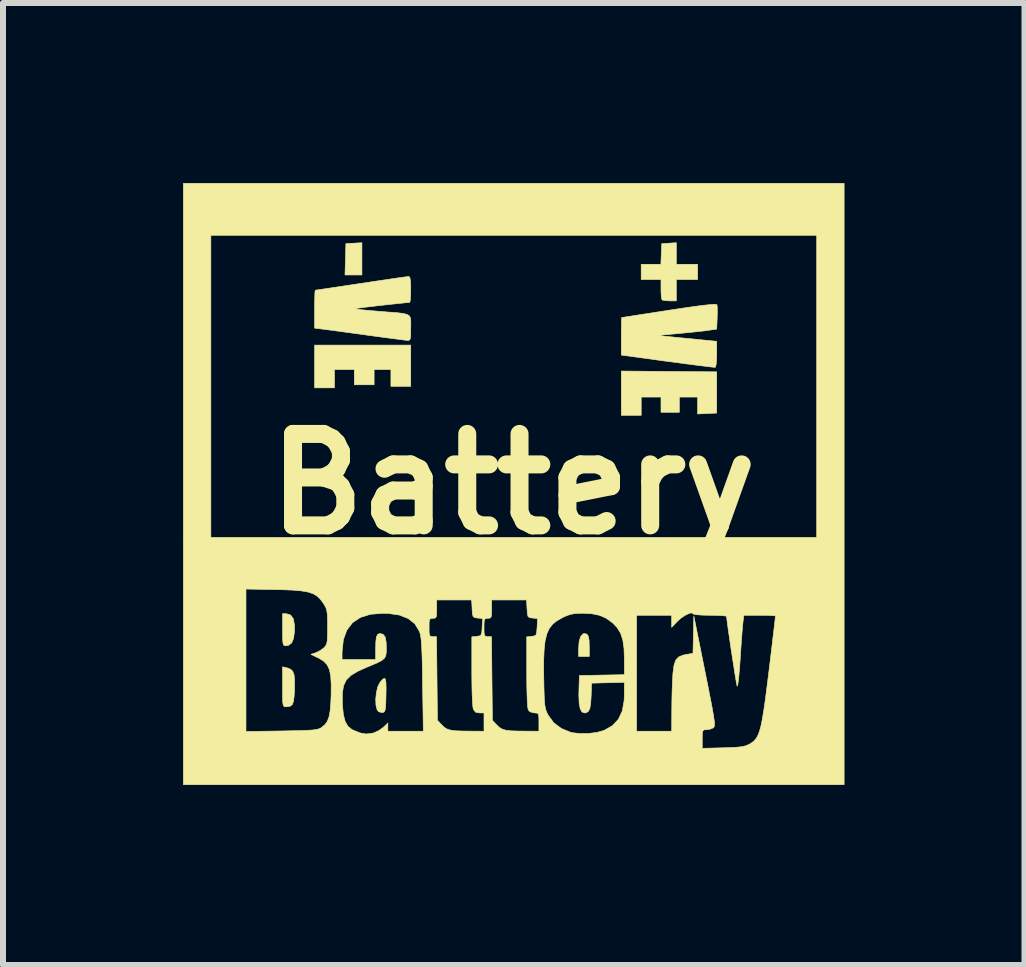
<source format=kicad_pcb>
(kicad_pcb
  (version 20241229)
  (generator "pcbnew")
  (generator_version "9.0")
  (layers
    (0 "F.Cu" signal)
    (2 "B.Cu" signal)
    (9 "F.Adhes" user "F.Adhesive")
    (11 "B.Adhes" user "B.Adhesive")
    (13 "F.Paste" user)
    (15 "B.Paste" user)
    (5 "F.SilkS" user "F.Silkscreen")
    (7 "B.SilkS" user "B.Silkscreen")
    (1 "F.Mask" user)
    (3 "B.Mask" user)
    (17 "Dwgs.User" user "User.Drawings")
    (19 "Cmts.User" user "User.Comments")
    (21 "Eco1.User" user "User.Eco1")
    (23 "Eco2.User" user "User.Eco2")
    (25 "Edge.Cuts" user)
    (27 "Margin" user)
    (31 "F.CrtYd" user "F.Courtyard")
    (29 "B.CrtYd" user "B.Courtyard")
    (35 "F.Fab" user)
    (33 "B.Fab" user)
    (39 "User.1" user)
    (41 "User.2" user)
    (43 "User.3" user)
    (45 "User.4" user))
  (footprint "Battery"
    (layer "F.Cu")
    (at 5.497 5.014)
    (property "Reference" "Battery" (at 0 0 0) (layer "F.SilkS") (effects (font (size 1.524 1.524) (thickness 0.3))))
    (attr through_hole)
    (fp_poly (pts (xy -2.517 -3.483) (xy -2.799 -3.483) (xy -2.791 -3.744) (xy -2.784 -4.005) (xy -2.651 -4.012) (xy -2.517 -4.02) (xy -2.517 -3.483)) (stroke (width 0.01) (type solid)) (fill yes) (layer "F.SilkS"))
    (fp_poly (pts (xy -1.704 -1.627) (xy -2.034 -1.627) (xy -2.034 -1.907) (xy -2.314 -1.907) (xy -2.314 -1.653) (xy -2.644 -1.653) (xy -2.644 -1.907) (xy -2.975 -1.907) (xy -2.975 -1.602) (xy -3.305 -1.602) (xy -3.305 -2.314) (xy -1.704 -2.314) (xy -1.704 -1.627)) (stroke (width 0.01) (type solid)) (fill yes) (layer "F.SilkS"))
    (fp_poly (pts (xy 1.231 2.502) (xy 1.255 2.538) (xy 1.268 2.607) (xy 1.271 2.719) (xy 1.271 2.723) (xy 1.271 2.873) (xy 1.093 2.873) (xy 1.093 2.748) (xy 1.102 2.623) (xy 1.129 2.537) (xy 1.171 2.495) (xy 1.192 2.492) (xy 1.231 2.502)) (stroke (width 0.01) (type solid)) (fill yes) (layer "F.SilkS"))
    (fp_poly (pts (xy 2.6 -1.875) (xy 3.394 -1.869) (xy 3.394 -1.182) (xy 3.235 -1.175) (xy 3.076 -1.167) (xy 3.076 -1.449) (xy 2.771 -1.449) (xy 2.771 -1.195) (xy 2.466 -1.195) (xy 2.466 -1.449) (xy 2.136 -1.449) (xy 2.136 -1.144) (xy 1.805 -1.144) (xy 1.805 -1.882) (xy 2.6 -1.875)) (stroke (width 0.01) (type solid)) (fill yes) (layer "F.SilkS"))
    (fp_poly (pts (xy -3.705 2.183) (xy -3.659 2.248) (xy -3.64 2.357) (xy -3.641 2.457) (xy -3.657 2.575) (xy -3.689 2.65) (xy -3.742 2.688) (xy -3.793 2.695) (xy -3.814 2.69) (xy -3.827 2.671) (xy -3.835 2.627) (xy -3.838 2.55) (xy -3.839 2.432) (xy -3.839 2.428) (xy -3.839 2.161) (xy -3.776 2.161) (xy -3.705 2.183)) (stroke (width 0.01) (type solid)) (fill yes) (layer "F.SilkS"))
    (fp_poly (pts (xy -2.127 3.249) (xy -2.117 3.303) (xy -2.114 3.4) (xy -2.116 3.513) (xy -2.119 3.637) (xy -2.124 3.72) (xy -2.132 3.77) (xy -2.145 3.796) (xy -2.164 3.806) (xy -2.179 3.809) (xy -2.237 3.795) (xy -2.264 3.761) (xy -2.283 3.688) (xy -2.287 3.587) (xy -2.276 3.478) (xy -2.253 3.379) (xy -2.222 3.314) (xy -2.177 3.259) (xy -2.146 3.236) (xy -2.127 3.249)) (stroke (width 0.01) (type solid)) (fill yes) (layer "F.SilkS"))
    (fp_poly (pts (xy 2.721 -3.661) (xy 3.076 -3.661) (xy 3.076 -3.407) (xy 2.721 -3.407) (xy 2.721 -3.051) (xy 2.61 -3.051) (xy 2.539 -3.055) (xy 2.491 -3.064) (xy 2.483 -3.068) (xy 2.474 -3.101) (xy 2.468 -3.168) (xy 2.466 -3.246) (xy 2.466 -3.407) (xy 2.136 -3.407) (xy 2.136 -3.661) (xy 2.464 -3.661) (xy 2.471 -3.833) (xy 2.479 -4.005) (xy 2.6 -4.012) (xy 2.721 -4.02) (xy 2.721 -3.661)) (stroke (width 0.01) (type solid)) (fill yes) (layer "F.SilkS"))
    (fp_poly (pts (xy -3.769 3.062) (xy -3.711 3.083) (xy -3.672 3.117) (xy -3.649 3.173) (xy -3.639 3.261) (xy -3.64 3.389) (xy -3.64 3.414) (xy -3.647 3.542) (xy -3.659 3.627) (xy -3.68 3.678) (xy -3.715 3.703) (xy -3.768 3.711) (xy -3.782 3.712) (xy -3.805 3.71) (xy -3.821 3.7) (xy -3.831 3.672) (xy -3.837 3.62) (xy -3.839 3.534) (xy -3.839 3.408) (xy -3.839 3.379) (xy -3.839 3.046) (xy -3.769 3.062)) (stroke (width 0.01) (type solid)) (fill yes) (layer "F.SilkS"))
    (fp_poly (pts (xy 3.395 -2.99) (xy 3.398 -2.987) (xy 3.403 -2.948) (xy 3.404 -2.874) (xy 3.402 -2.78) (xy 3.402 -2.769) (xy 3.394 -2.581) (xy 3.267 -2.562) (xy 3.195 -2.552) (xy 3.085 -2.54) (xy 2.952 -2.526) (xy 2.809 -2.512) (xy 2.771 -2.509) (xy 2.403 -2.475) (xy 2.606 -2.455) (xy 2.72 -2.443) (xy 2.863 -2.429) (xy 3.013 -2.415) (xy 3.102 -2.406) (xy 3.394 -2.377) (xy 3.394 -2.163) (xy 3.391 -2.061) (xy 3.384 -1.985) (xy 3.372 -1.947) (xy 3.369 -1.944) (xy 3.338 -1.946) (xy 3.264 -1.954) (xy 3.151 -1.968) (xy 3.008 -1.986) (xy 2.839 -2.008) (xy 2.652 -2.033) (xy 2.574 -2.043) (xy 1.805 -2.148) (xy 1.805 -2.46) (xy 1.806 -2.579) (xy 1.807 -2.678) (xy 1.809 -2.746) (xy 1.811 -2.773) (xy 1.812 -2.773) (xy 1.837 -2.777) (xy 1.907 -2.788) (xy 2.015 -2.805) (xy 2.155 -2.827) (xy 2.321 -2.852) (xy 2.507 -2.881) (xy 2.602 -2.896) (xy 2.843 -2.932) (xy 3.037 -2.96) (xy 3.186 -2.979) (xy 3.294 -2.99) (xy 3.362 -2.994) (xy 3.395 -2.99)) (stroke (width 0.01) (type solid)) (fill yes) (layer "F.SilkS"))
    (fp_poly (pts (xy -1.719 -3.443) (xy -1.709 -3.393) (xy -1.704 -3.301) (xy -1.704 -3.242) (xy -1.706 -3.144) (xy -1.711 -3.069) (xy -1.719 -3.028) (xy -1.723 -3.025) (xy -1.785 -3.02) (xy -1.881 -3.01) (xy -1.998 -2.998) (xy -2.128 -2.984) (xy -2.261 -2.969) (xy -2.387 -2.954) (xy -2.496 -2.941) (xy -2.578 -2.93) (xy -2.624 -2.923) (xy -2.63 -2.921) (xy -2.611 -2.915) (xy -2.548 -2.906) (xy -2.451 -2.896) (xy -2.328 -2.885) (xy -2.23 -2.877) (xy -2.054 -2.863) (xy -1.922 -2.853) (xy -1.827 -2.841) (xy -1.765 -2.825) (xy -1.727 -2.802) (xy -1.709 -2.768) (xy -1.703 -2.72) (xy -1.703 -2.655) (xy -1.704 -2.603) (xy -1.704 -2.499) (xy -1.708 -2.437) (xy -1.718 -2.404) (xy -1.737 -2.393) (xy -1.761 -2.393) (xy -1.801 -2.397) (xy -1.885 -2.408) (xy -2.003 -2.423) (xy -2.147 -2.442) (xy -2.311 -2.464) (xy -2.415 -2.478) (xy -2.594 -2.503) (xy -2.764 -2.526) (xy -2.916 -2.547) (xy -3.042 -2.564) (xy -3.131 -2.575) (xy -3.159 -2.579) (xy -3.305 -2.597) (xy -3.305 -2.913) (xy -3.304 -3.033) (xy -3.302 -3.132) (xy -3.299 -3.201) (xy -3.294 -3.229) (xy -3.294 -3.229) (xy -3.267 -3.233) (xy -3.196 -3.243) (xy -3.087 -3.259) (xy -2.947 -3.28) (xy -2.781 -3.305) (xy -2.596 -3.333) (xy -2.526 -3.343) (xy -2.334 -3.372) (xy -2.159 -3.398) (xy -2.005 -3.421) (xy -1.88 -3.439) (xy -1.79 -3.451) (xy -1.742 -3.457) (xy -1.736 -3.458) (xy -1.719 -3.443)) (stroke (width 0.01) (type solid)) (fill yes) (layer "F.SilkS"))
    (fp_poly (pts (xy 5.517 5.009) (xy -5.492 5.009) (xy -5.492 4.123) (xy -4.449 4.123) (xy -3.857 4.115) (xy -3.664 4.111) (xy -3.515 4.108) (xy -3.404 4.103) (xy -3.323 4.097) (xy -3.266 4.088) (xy -3.227 4.077) (xy -3.199 4.063) (xy -3.197 4.061) (xy -3.138 4.015) (xy -3.095 3.957) (xy -3.065 3.88) (xy -3.046 3.776) (xy -3.035 3.634) (xy -3.03 3.518) (xy -3.029 3.336) (xy -3.037 3.196) (xy -3.059 3.091) (xy -3.096 3.013) (xy -3.151 2.954) (xy -3.227 2.906) (xy -3.243 2.898) (xy -3.366 2.838) (xy -3.285 2.811) (xy -3.284 2.811) (xy -2.848 2.811) (xy -2.848 2.924) (xy -2.288 2.924) (xy -2.288 2.748) (xy -2.285 2.628) (xy -2.276 2.551) (xy -2.256 2.508) (xy -2.225 2.492) (xy -2.214 2.492) (xy -2.163 2.505) (xy -2.13 2.549) (xy -2.114 2.631) (xy -2.11 2.723) (xy -2.111 2.802) (xy -2.119 2.859) (xy -2.142 2.903) (xy -2.186 2.94) (xy -2.259 2.978) (xy -2.369 3.025) (xy -2.428 3.049) (xy -2.586 3.12) (xy -2.701 3.189) (xy -2.778 3.267) (xy -2.823 3.361) (xy -2.843 3.482) (xy -2.844 3.638) (xy -2.841 3.688) (xy -2.826 3.843) (xy -2.796 3.957) (xy -2.75 4.037) (xy -2.683 4.091) (xy -2.664 4.1) (xy -2.548 4.147) (xy -2.451 4.165) (xy -2.356 4.155) (xy -2.315 4.145) (xy -2.237 4.109) (xy -2.162 4.056) (xy -2.157 4.051) (xy -2.085 3.982) (xy -2.085 4.119) (xy -1.494 4.119) (xy -1.506 3.337) (xy -1.509 3.11) (xy -1.513 2.928) (xy -1.518 2.785) (xy -1.523 2.675) (xy -1.53 2.592) (xy -1.539 2.531) (xy -1.549 2.484) (xy -1.562 2.449) (xy -1.598 2.39) (xy -1.398 2.39) (xy -1.397 2.475) (xy -1.39 2.52) (xy -1.371 2.539) (xy -1.337 2.543) (xy -1.336 2.543) (xy -1.274 2.543) (xy -1.259 3.937) (xy -1.195 4.005) (xy -1.148 4.051) (xy -1.1 4.082) (xy -1.039 4.101) (xy -0.955 4.112) (xy -0.837 4.116) (xy -0.756 4.117) (xy -0.483 4.119) (xy -0.483 3.814) (xy -0.56 3.814) (xy -0.623 3.802) (xy -0.658 3.758) (xy -0.662 3.749) (xy -0.669 3.705) (xy -0.675 3.618) (xy -0.681 3.498) (xy -0.684 3.351) (xy -0.686 3.188) (xy -0.686 3.115) (xy -0.686 2.546) (xy -0.604 2.538) (xy -0.557 2.531) (xy -0.532 2.513) (xy -0.52 2.472) (xy -0.514 2.393) (xy -0.514 2.39) (xy -0.483 2.39) (xy -0.482 2.475) (xy -0.474 2.52) (xy -0.456 2.539) (xy -0.422 2.543) (xy -0.421 2.543) (xy -0.358 2.543) (xy -0.351 3.24) (xy -0.343 3.937) (xy -0.28 4.005) (xy -0.233 4.051) (xy -0.184 4.082) (xy -0.124 4.101) (xy -0.04 4.112) (xy 0.078 4.116) (xy 0.159 4.117) (xy 0.432 4.119) (xy 0.432 3.966) (xy 0.431 3.882) (xy 0.424 3.836) (xy 0.405 3.818) (xy 0.369 3.814) (xy 0.357 3.814) (xy 0.285 3.796) (xy 0.255 3.765) (xy 0.246 3.723) (xy 0.239 3.635) (xy 0.234 3.507) (xy 0.23 3.343) (xy 0.229 3.15) (xy 0.229 3.131) (xy 0.229 2.943) (xy 0.511 2.943) (xy 0.511 3.169) (xy 0.513 3.239) (xy 0.516 3.409) (xy 0.52 3.537) (xy 0.525 3.632) (xy 0.533 3.701) (xy 0.544 3.754) (xy 0.56 3.799) (xy 0.582 3.844) (xy 0.586 3.852) (xy 0.678 3.977) (xy 0.807 4.074) (xy 0.963 4.137) (xy 0.993 4.144) (xy 1.12 4.158) (xy 1.265 4.156) (xy 1.404 4.138) (xy 1.516 4.106) (xy 1.517 4.106) (xy 1.656 4.027) (xy 1.756 3.92) (xy 1.821 3.781) (xy 1.852 3.607) (xy 1.855 3.514) (xy 1.856 3.304) (xy 1.583 3.311) (xy 1.309 3.318) (xy 1.302 3.533) (xy 1.294 3.66) (xy 1.279 3.744) (xy 1.253 3.792) (xy 1.214 3.812) (xy 1.191 3.814) (xy 1.148 3.797) (xy 1.119 3.742) (xy 1.102 3.647) (xy 1.097 3.508) (xy 1.099 3.435) (xy 1.106 3.191) (xy 1.856 3.177) (xy 1.856 2.928) (xy 1.85 2.744) (xy 1.83 2.6) (xy 1.793 2.486) (xy 1.736 2.393) (xy 1.661 2.315) (xy 1.556 2.238) (xy 1.444 2.188) (xy 1.438 2.187) (xy 2.059 2.187) (xy 2.059 4.119) (xy 2.644 4.119) (xy 2.646 3.731) (xy 2.648 3.576) (xy 2.652 3.419) (xy 2.658 3.277) (xy 2.664 3.166) (xy 2.666 3.143) (xy 2.683 3.018) (xy 2.712 2.934) (xy 2.76 2.882) (xy 2.834 2.851) (xy 2.896 2.838) (xy 2.999 2.822) (xy 3.006 2.511) (xy 3.013 2.199) (xy 3.197 3.115) (xy 3.245 3.353) (xy 3.283 3.547) (xy 3.313 3.701) (xy 3.334 3.82) (xy 3.348 3.908) (xy 3.356 3.971) (xy 3.357 4.013) (xy 3.353 4.039) (xy 3.345 4.055) (xy 3.338 4.062) (xy 3.281 4.086) (xy 3.224 4.093) (xy 3.185 4.096) (xy 3.164 4.111) (xy 3.155 4.15) (xy 3.153 4.226) (xy 3.153 4.249) (xy 3.153 4.404) (xy 3.502 4.395) (xy 3.65 4.39) (xy 3.757 4.383) (xy 3.834 4.373) (xy 3.889 4.358) (xy 3.934 4.337) (xy 3.94 4.334) (xy 3.984 4.306) (xy 4.021 4.275) (xy 4.054 4.236) (xy 4.082 4.185) (xy 4.108 4.117) (xy 4.132 4.028) (xy 4.155 3.913) (xy 4.179 3.768) (xy 4.205 3.588) (xy 4.233 3.369) (xy 4.266 3.106) (xy 4.284 2.956) (xy 4.307 2.767) (xy 4.327 2.595) (xy 4.345 2.446) (xy 4.359 2.327) (xy 4.368 2.244) (xy 4.373 2.203) (xy 4.373 2.199) (xy 4.35 2.194) (xy 4.286 2.19) (xy 4.192 2.187) (xy 4.109 2.187) (xy 3.846 2.187) (xy 3.831 2.307) (xy 3.825 2.371) (xy 3.816 2.475) (xy 3.806 2.609) (xy 3.795 2.762) (xy 3.785 2.921) (xy 3.774 3.073) (xy 3.763 3.2) (xy 3.752 3.295) (xy 3.743 3.354) (xy 3.735 3.368) (xy 3.734 3.366) (xy 3.727 3.332) (xy 3.713 3.256) (xy 3.695 3.147) (xy 3.675 3.016) (xy 3.652 2.87) (xy 3.629 2.72) (xy 3.608 2.573) (xy 3.588 2.439) (xy 3.573 2.327) (xy 3.563 2.247) (xy 3.559 2.206) (xy 3.559 2.206) (xy 3.536 2.198) (xy 3.471 2.192) (xy 3.377 2.188) (xy 3.28 2.187) (xy 3.166 2.185) (xy 3.075 2.179) (xy 3.017 2.171) (xy 3 2.163) (xy 2.982 2.146) (xy 2.936 2.156) (xy 2.873 2.185) (xy 2.804 2.23) (xy 2.743 2.284) (xy 2.74 2.287) (xy 2.644 2.388) (xy 2.644 2.187) (xy 2.059 2.187) (xy 1.438 2.187) (xy 1.31 2.161) (xy 1.153 2.153) (xy 1.039 2.157) (xy 0.95 2.174) (xy 0.86 2.208) (xy 0.822 2.227) (xy 0.732 2.279) (xy 0.659 2.337) (xy 0.604 2.408) (xy 0.563 2.499) (xy 0.535 2.614) (xy 0.519 2.76) (xy 0.511 2.943) (xy 0.229 2.943) (xy 0.229 2.546) (xy 0.311 2.538) (xy 0.358 2.531) (xy 0.384 2.513) (xy 0.395 2.472) (xy 0.401 2.393) (xy 0.402 2.385) (xy 0.409 2.241) (xy 0.325 2.233) (xy 0.278 2.226) (xy 0.252 2.209) (xy 0.24 2.168) (xy 0.235 2.091) (xy 0.234 2.079) (xy 0.226 1.932) (xy -0.356 1.932) (xy -0.356 2.085) (xy -0.357 2.169) (xy -0.365 2.215) (xy -0.383 2.234) (xy -0.417 2.237) (xy -0.42 2.237) (xy -0.455 2.241) (xy -0.474 2.258) (xy -0.482 2.302) (xy -0.483 2.385) (xy -0.483 2.39) (xy -0.514 2.39) (xy -0.514 2.385) (xy -0.506 2.241) (xy -0.59 2.233) (xy -0.637 2.226) (xy -0.663 2.209) (xy -0.675 2.168) (xy -0.681 2.091) (xy -0.681 2.079) (xy -0.689 1.932) (xy -1.271 1.932) (xy -1.271 2.085) (xy -1.273 2.169) (xy -1.28 2.215) (xy -1.298 2.234) (xy -1.333 2.237) (xy -1.335 2.237) (xy -1.37 2.241) (xy -1.389 2.258) (xy -1.397 2.302) (xy -1.398 2.385) (xy -1.398 2.39) (xy -1.598 2.39) (xy -1.636 2.329) (xy -1.746 2.241) (xy -1.894 2.183) (xy -2.081 2.156) (xy -2.173 2.154) (xy -2.377 2.171) (xy -2.544 2.224) (xy -2.674 2.311) (xy -2.768 2.434) (xy -2.826 2.593) (xy -2.847 2.787) (xy -2.848 2.811) (xy -3.284 2.811) (xy -3.208 2.773) (xy -3.147 2.726) (xy -3.122 2.697) (xy -3.105 2.663) (xy -3.095 2.613) (xy -3.091 2.537) (xy -3.089 2.424) (xy -3.089 2.381) (xy -3.09 2.255) (xy -3.094 2.167) (xy -3.103 2.105) (xy -3.119 2.056) (xy -3.145 2.01) (xy -3.161 1.985) (xy -3.211 1.918) (xy -3.265 1.867) (xy -3.33 1.828) (xy -3.414 1.8) (xy -3.525 1.781) (xy -3.668 1.768) (xy -3.851 1.761) (xy -3.96 1.759) (xy -4.449 1.75) (xy -4.449 4.123) (xy -5.492 4.123) (xy -5.492 -4.144) (xy -5.034 -4.144) (xy -5.034 0.89) (xy 5.06 0.89) (xy 5.06 -4.144) (xy -5.034 -4.144) (xy -5.492 -4.144) (xy -5.492 -5.009) (xy 5.517 -5.009) (xy 5.517 5.009)) (stroke (width 0.01) (type solid)) (fill yes) (layer "F.SilkS")))
  (gr_rect
    (start -3 -3)
    (end 14.019 13.028)
    (stroke (width 0.1) (type default))
    (fill no)
    (layer "Edge.Cuts")))
</source>
